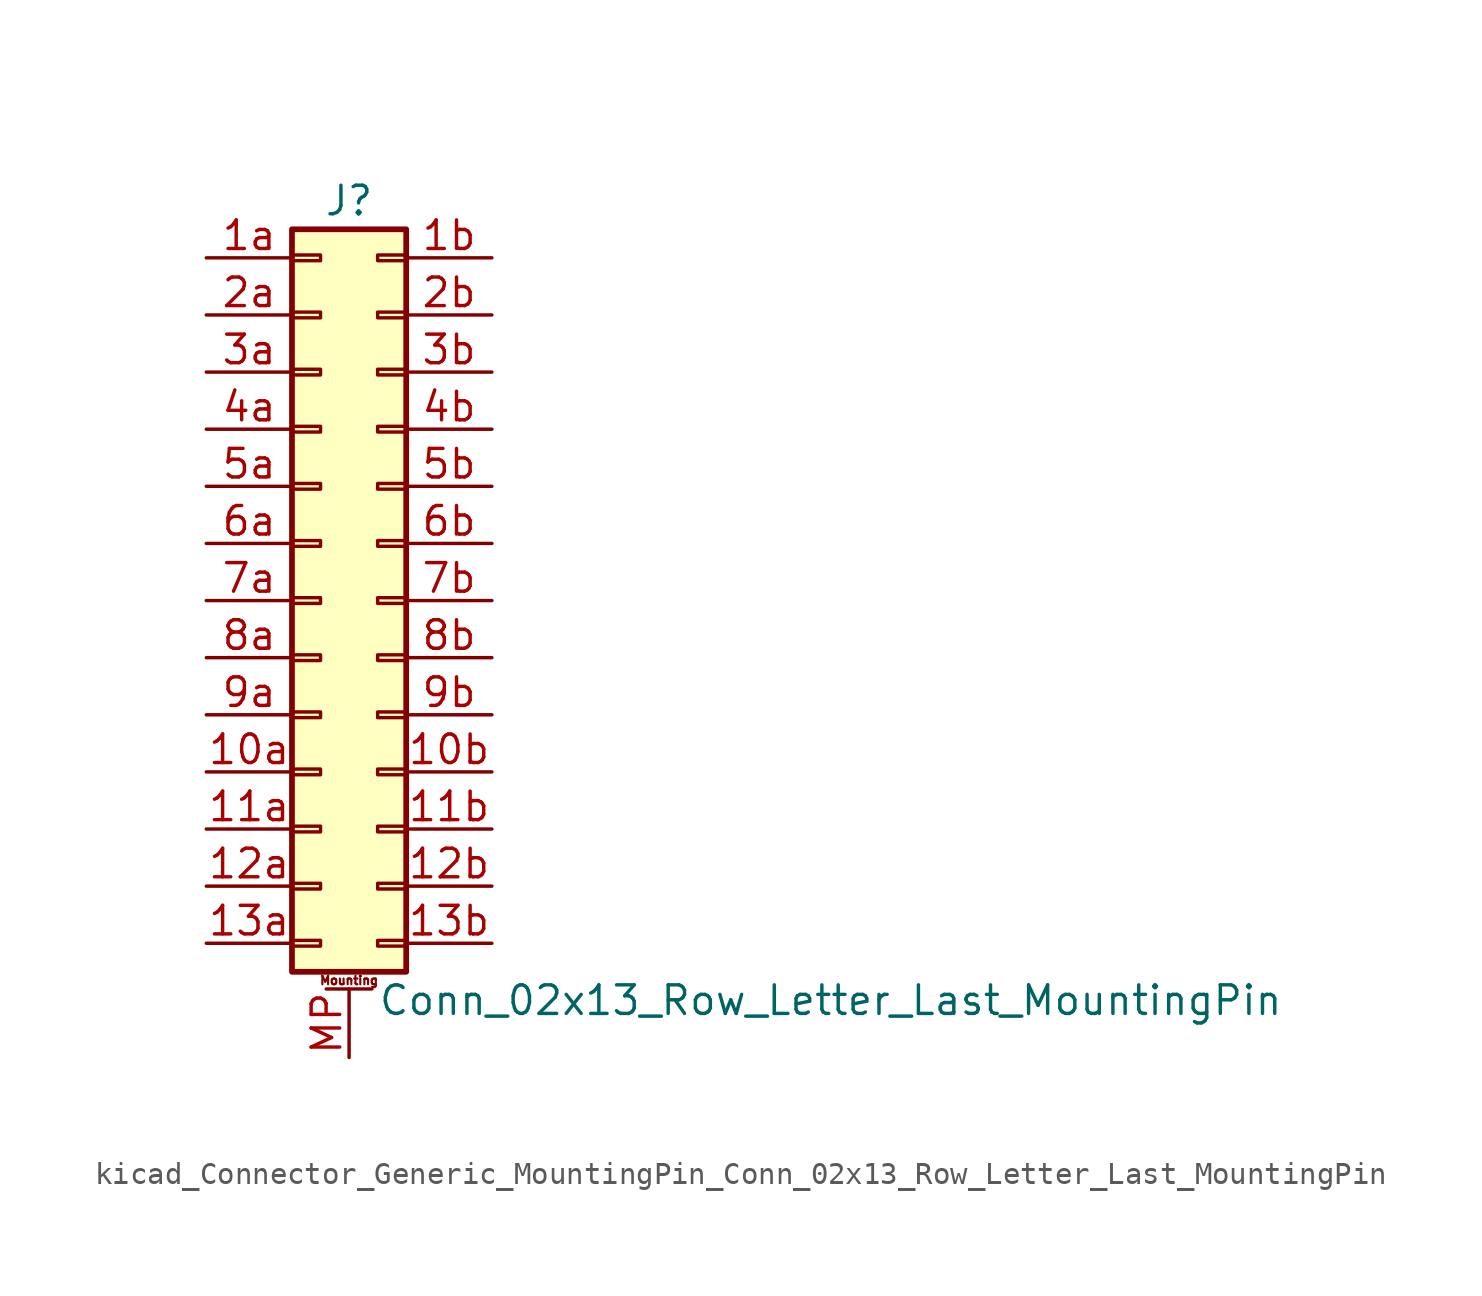
<source format=kicad_sym>
(kicad_symbol_lib
  (version 20220914)
  (generator kicad_symbol_editor)
  (symbol "kicad_Connector_Generic_MountingPin_Conn_02x13_Row_Letter_Last_MountingPin"
    (pin_names
      (offset 1.016) hide)
    (property "Reference" "J"
      (at 1.27 17.78 0)
      (effects (font (size 1.27 1.27))))
    (property "Value" "Conn_02x13_Row_Letter_Last_MountingPin"
      (at 2.54 -17.78 0)
      (effects (font (size 1.27 1.27)) (justify left)))
    (symbol "kicad_Connector_Generic_MountingPin_Conn_02x13_Row_Letter_Last_MountingPin_1_1"
      (rectangle (start -1.27 -15.113) (end 0 -15.367) (stroke (width 0.152) (type default)) (fill (type none)))
      (rectangle (start -1.27 -12.573) (end 0 -12.827) (stroke (width 0.152) (type default)) (fill (type none)))
      (rectangle (start -1.27 -10.033) (end 0 -10.287) (stroke (width 0.152) (type default)) (fill (type none)))
      (rectangle (start -1.27 -7.493) (end 0 -7.747) (stroke (width 0.152) (type default)) (fill (type none)))
      (rectangle (start -1.27 -4.953) (end 0 -5.207) (stroke (width 0.152) (type default)) (fill (type none)))
      (rectangle (start -1.27 -2.413) (end 0 -2.667) (stroke (width 0.152) (type default)) (fill (type none)))
      (rectangle (start -1.27 0.127) (end 0 -0.127) (stroke (width 0.152) (type default)) (fill (type none)))
      (rectangle (start -1.27 2.667) (end 0 2.413) (stroke (width 0.152) (type default)) (fill (type none)))
      (rectangle (start -1.27 5.207) (end 0 4.953) (stroke (width 0.152) (type default)) (fill (type none)))
      (rectangle (start -1.27 7.747) (end 0 7.493) (stroke (width 0.152) (type default)) (fill (type none)))
      (rectangle (start -1.27 10.287) (end 0 10.033) (stroke (width 0.152) (type default)) (fill (type none)))
      (rectangle (start -1.27 12.827) (end 0 12.573) (stroke (width 0.152) (type default)) (fill (type none)))
      (rectangle (start -1.27 15.367) (end 0 15.113) (stroke (width 0.152) (type default)) (fill (type none)))
      (rectangle (start -1.27 16.51) (end 3.81 -16.51) (stroke (width 0.254) (type default)) (fill (type background)))
      (polyline (pts (xy 0.254 -17.272) (xy 2.286 -17.272)) (stroke (width 0.152) (type default)) (fill (type none)))
      (rectangle (start 3.81 -15.113) (end 2.54 -15.367) (stroke (width 0.152) (type default)) (fill (type none)))
      (rectangle (start 3.81 -12.573) (end 2.54 -12.827) (stroke (width 0.152) (type default)) (fill (type none)))
      (rectangle (start 3.81 -10.033) (end 2.54 -10.287) (stroke (width 0.152) (type default)) (fill (type none)))
      (rectangle (start 3.81 -7.493) (end 2.54 -7.747) (stroke (width 0.152) (type default)) (fill (type none)))
      (rectangle (start 3.81 -4.953) (end 2.54 -5.207) (stroke (width 0.152) (type default)) (fill (type none)))
      (rectangle (start 3.81 -2.413) (end 2.54 -2.667) (stroke (width 0.152) (type default)) (fill (type none)))
      (rectangle (start 3.81 0.127) (end 2.54 -0.127) (stroke (width 0.152) (type default)) (fill (type none)))
      (rectangle (start 3.81 2.667) (end 2.54 2.413) (stroke (width 0.152) (type default)) (fill (type none)))
      (rectangle (start 3.81 5.207) (end 2.54 4.953) (stroke (width 0.152) (type default)) (fill (type none)))
      (rectangle (start 3.81 7.747) (end 2.54 7.493) (stroke (width 0.152) (type default)) (fill (type none)))
      (rectangle (start 3.81 10.287) (end 2.54 10.033) (stroke (width 0.152) (type default)) (fill (type none)))
      (rectangle (start 3.81 12.827) (end 2.54 12.573) (stroke (width 0.152) (type default)) (fill (type none)))
      (rectangle (start 3.81 15.367) (end 2.54 15.113) (stroke (width 0.152) (type default)) (fill (type none)))
      (text "Mounting" (at 1.27 -16.891 0) (effects (font (size 0.381 0.381))))
      (pin passive line (at -5.08 -7.62 0) (length 3.81) (name "Pin_10a" (effects (font (size 1.27 1.27)))) (number "10a" (effects (font (size 1.27 1.27)))))
      (pin passive line (at 7.62 -7.62 180) (length 3.81) (name "Pin_10b" (effects (font (size 1.27 1.27)))) (number "10b" (effects (font (size 1.27 1.27)))))
      (pin passive line (at -5.08 -10.16 0) (length 3.81) (name "Pin_11a" (effects (font (size 1.27 1.27)))) (number "11a" (effects (font (size 1.27 1.27)))))
      (pin passive line (at 7.62 -10.16 180) (length 3.81) (name "Pin_11b" (effects (font (size 1.27 1.27)))) (number "11b" (effects (font (size 1.27 1.27)))))
      (pin passive line (at -5.08 -12.7 0) (length 3.81) (name "Pin_12a" (effects (font (size 1.27 1.27)))) (number "12a" (effects (font (size 1.27 1.27)))))
      (pin passive line (at 7.62 -12.7 180) (length 3.81) (name "Pin_12b" (effects (font (size 1.27 1.27)))) (number "12b" (effects (font (size 1.27 1.27)))))
      (pin passive line (at -5.08 -15.24 0) (length 3.81) (name "Pin_13a" (effects (font (size 1.27 1.27)))) (number "13a" (effects (font (size 1.27 1.27)))))
      (pin passive line (at 7.62 -15.24 180) (length 3.81) (name "Pin_13b" (effects (font (size 1.27 1.27)))) (number "13b" (effects (font (size 1.27 1.27)))))
      (pin passive line (at -5.08 15.24 0) (length 3.81) (name "Pin_1a" (effects (font (size 1.27 1.27)))) (number "1a" (effects (font (size 1.27 1.27)))))
      (pin passive line (at 7.62 15.24 180) (length 3.81) (name "Pin_1b" (effects (font (size 1.27 1.27)))) (number "1b" (effects (font (size 1.27 1.27)))))
      (pin passive line (at -5.08 12.7 0) (length 3.81) (name "Pin_2a" (effects (font (size 1.27 1.27)))) (number "2a" (effects (font (size 1.27 1.27)))))
      (pin passive line (at 7.62 12.7 180) (length 3.81) (name "Pin_2b" (effects (font (size 1.27 1.27)))) (number "2b" (effects (font (size 1.27 1.27)))))
      (pin passive line (at -5.08 10.16 0) (length 3.81) (name "Pin_3a" (effects (font (size 1.27 1.27)))) (number "3a" (effects (font (size 1.27 1.27)))))
      (pin passive line (at 7.62 10.16 180) (length 3.81) (name "Pin_3b" (effects (font (size 1.27 1.27)))) (number "3b" (effects (font (size 1.27 1.27)))))
      (pin passive line (at -5.08 7.62 0) (length 3.81) (name "Pin_4a" (effects (font (size 1.27 1.27)))) (number "4a" (effects (font (size 1.27 1.27)))))
      (pin passive line (at 7.62 7.62 180) (length 3.81) (name "Pin_4b" (effects (font (size 1.27 1.27)))) (number "4b" (effects (font (size 1.27 1.27)))))
      (pin passive line (at -5.08 5.08 0) (length 3.81) (name "Pin_5a" (effects (font (size 1.27 1.27)))) (number "5a" (effects (font (size 1.27 1.27)))))
      (pin passive line (at 7.62 5.08 180) (length 3.81) (name "Pin_5b" (effects (font (size 1.27 1.27)))) (number "5b" (effects (font (size 1.27 1.27)))))
      (pin passive line (at -5.08 2.54 0) (length 3.81) (name "Pin_6a" (effects (font (size 1.27 1.27)))) (number "6a" (effects (font (size 1.27 1.27)))))
      (pin passive line (at 7.62 2.54 180) (length 3.81) (name "Pin_6b" (effects (font (size 1.27 1.27)))) (number "6b" (effects (font (size 1.27 1.27)))))
      (pin passive line (at -5.08 0 0) (length 3.81) (name "Pin_7a" (effects (font (size 1.27 1.27)))) (number "7a" (effects (font (size 1.27 1.27)))))
      (pin passive line (at 7.62 0 180) (length 3.81) (name "Pin_7b" (effects (font (size 1.27 1.27)))) (number "7b" (effects (font (size 1.27 1.27)))))
      (pin passive line (at -5.08 -2.54 0) (length 3.81) (name "Pin_8a" (effects (font (size 1.27 1.27)))) (number "8a" (effects (font (size 1.27 1.27)))))
      (pin passive line (at 7.62 -2.54 180) (length 3.81) (name "Pin_8b" (effects (font (size 1.27 1.27)))) (number "8b" (effects (font (size 1.27 1.27)))))
      (pin passive line (at -5.08 -5.08 0) (length 3.81) (name "Pin_9a" (effects (font (size 1.27 1.27)))) (number "9a" (effects (font (size 1.27 1.27)))))
      (pin passive line (at 7.62 -5.08 180) (length 3.81) (name "Pin_9b" (effects (font (size 1.27 1.27)))) (number "9b" (effects (font (size 1.27 1.27)))))
      (pin passive line (at 1.27 -20.32 90) (length 3.048) (name "MountPin" (effects (font (size 1.27 1.27)))) (number "MP" (effects (font (size 1.27 1.27))))))))
</source>
